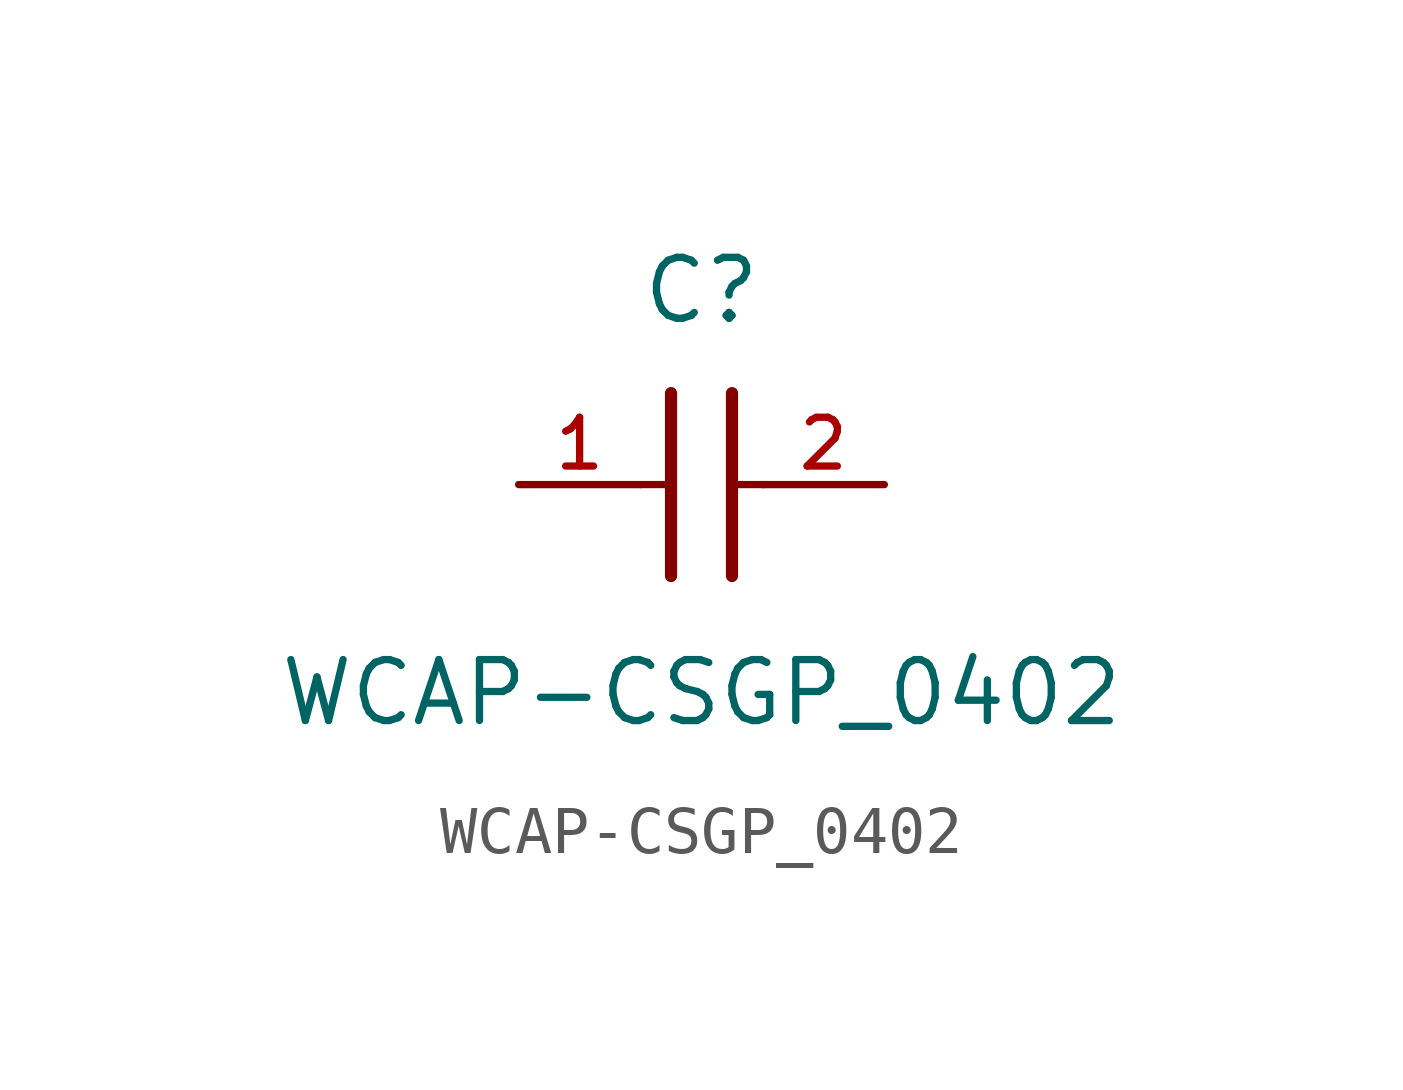
<source format=kicad_sym>
(kicad_symbol_lib
  (version 20211014)
  (generator kicad_symbol_editor)
  (symbol "WCAP-CSGP_0402"
    (pin_names
      (offset 1.016))
    (property "Reference" "C"
      (at 1.27 3.302 0)
      (effects (font (size 1.27 1.27)) (justify bottom)))
    (property "Value" "WCAP-CSGP_0402"
      (at 1.27 -5.08 0)
      (effects (font (size 1.27 1.27)) (justify bottom)))
    (symbol "WCAP-CSGP_0402_0_0"
      (polyline (pts (xy 1.905 1.905) (xy 1.905 -1.905)) (stroke (width 0.254)))
      (polyline (pts (xy 0.635 -1.905) (xy 0.635 1.905)) (stroke (width 0.254)))
      (polyline (pts (xy 0.0 0.0) (xy 0.643 0.0)) (stroke (width 0.152)))
      (polyline (pts (xy 1.928 0.0) (xy 2.57 0.0)) (stroke (width 0.152)))
      (pin passive line (at -2.54 0.0 0) (length 2.54) (name "~" (effects (font (size 1.016 1.016)))) (number "1" (effects (font (size 1.016 1.016)))))
      (pin passive line (at 5.08 0.0 180.0) (length 2.54) (name "~" (effects (font (size 1.016 1.016)))) (number "2" (effects (font (size 1.016 1.016))))))))
</source>
